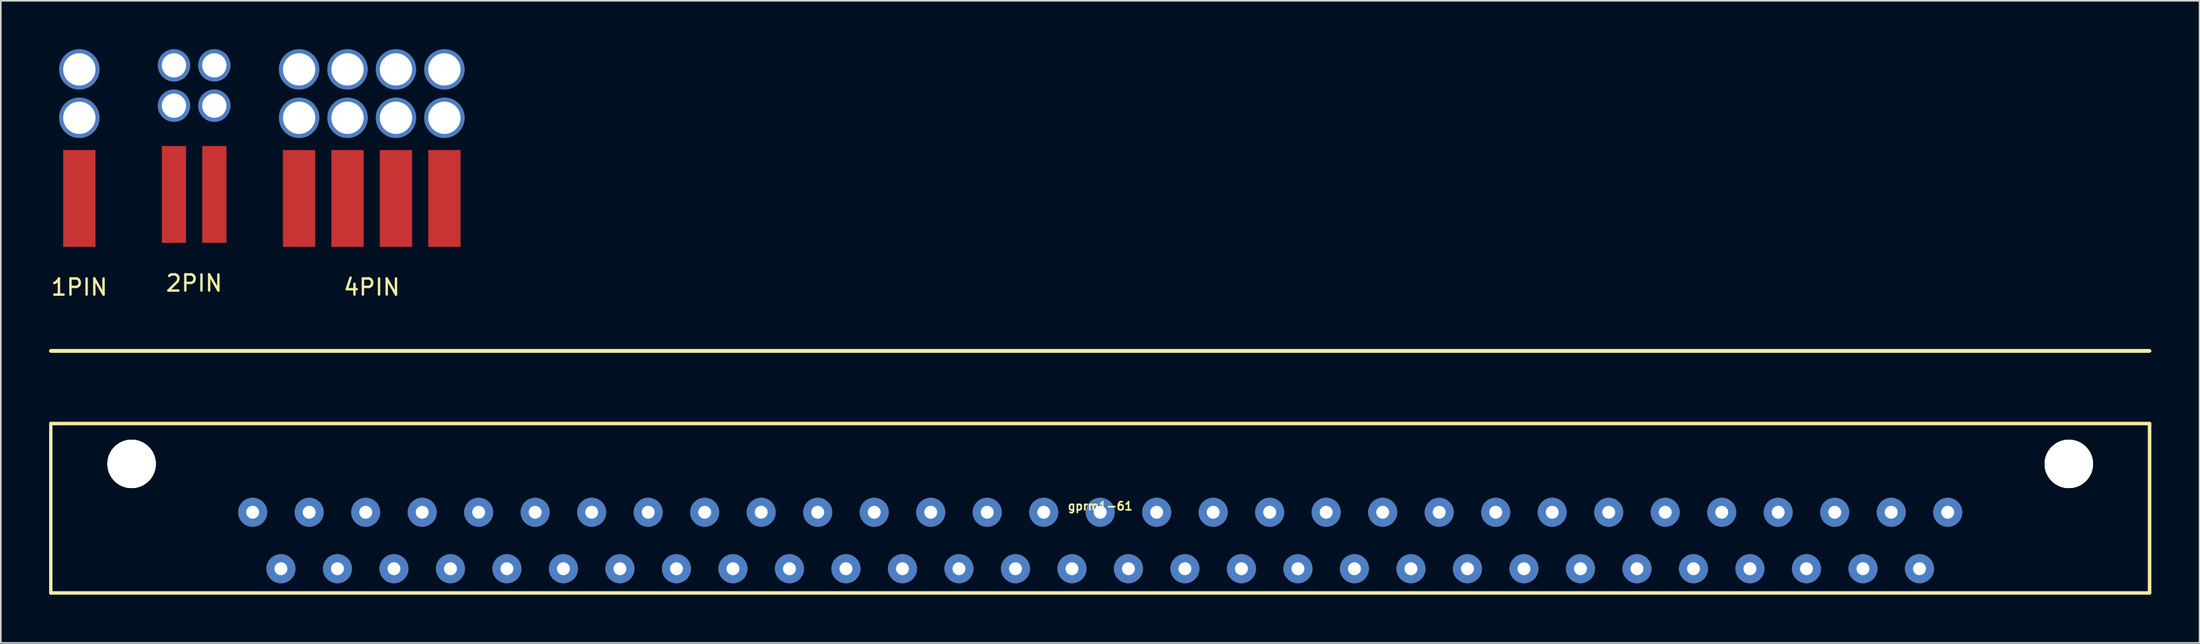
<source format=kicad_pcb>
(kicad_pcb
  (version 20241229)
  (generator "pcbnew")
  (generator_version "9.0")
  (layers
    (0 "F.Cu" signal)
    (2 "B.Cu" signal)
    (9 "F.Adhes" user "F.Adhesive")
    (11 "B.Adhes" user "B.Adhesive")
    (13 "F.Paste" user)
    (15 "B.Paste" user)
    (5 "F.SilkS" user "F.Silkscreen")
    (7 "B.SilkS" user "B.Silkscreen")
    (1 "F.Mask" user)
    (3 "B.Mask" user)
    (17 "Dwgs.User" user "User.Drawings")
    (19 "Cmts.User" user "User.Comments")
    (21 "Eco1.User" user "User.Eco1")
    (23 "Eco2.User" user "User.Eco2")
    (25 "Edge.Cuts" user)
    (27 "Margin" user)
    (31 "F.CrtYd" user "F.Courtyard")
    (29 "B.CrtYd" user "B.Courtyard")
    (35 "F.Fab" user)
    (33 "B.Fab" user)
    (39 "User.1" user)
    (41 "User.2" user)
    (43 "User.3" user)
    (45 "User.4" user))
  (footprint "2PIN"
    (layer "F.Cu")
    (at 8.976 9)
    (property "Reference" "2PIN" (at 0 5.5 0) (layer "F.SilkS") (effects (font (size 1 1) (thickness 0.15))))
    (attr through_hole)
    (pad "" np_thru_hole circle (at -1.25 -8) (size 2 2) (drill 1.5) (layers "*.Cu" "*.Mask"))
    (pad "" np_thru_hole circle (at -1.25 -5.5) (size 2 2) (drill 1.5) (layers "*.Cu" "*.Mask"))
    (pad "" np_thru_hole circle (at 1.25 -8) (size 2 2) (drill 1.5) (layers "*.Cu" "*.Mask"))
    (pad "" np_thru_hole circle (at 1.25 -5.5) (size 2 2) (drill 1.5) (layers "*.Cu" "*.Mask"))
    (pad "1" connect rect (at -1.25 0) (size 1.5 6) (layers "F.Cu" "F.Mask"))
    (pad "2" connect rect (at 1.25 0) (size 1.5 6) (layers "F.Cu" "F.Mask")))
  (footprint "1PIN"
    (layer "F.Cu")
    (at 1.863 9.25)
    (property "Reference" "1PIN" (at 0 5.5 0) (layer "F.SilkS") (effects (font (size 1 1) (thickness 0.15))))
    (attr through_hole)
    (pad "" np_thru_hole circle (at 0 -8) (size 2.5 2.5) (drill 2) (layers "*.Cu" "*.Mask"))
    (pad "" np_thru_hole circle (at 0 -5) (size 2.5 2.5) (drill 2) (layers "*.Cu" "*.Mask"))
    (pad "1" connect rect (at 0 0) (size 2 6) (layers "F.Cu" "F.Mask")))
  (footprint "gprm1-61"
    (layer "F.Cu")
    (at 65.098 28.697)
    (property "Reference" "gprm1-61" (at 0 -0.381 0) (layer "F.SilkS") (effects (font (size 0.508 0.508) (thickness 0.102))))
    (attr smd)
    (fp_line (start -64.999 -10) (end 64.999 -10) (stroke (width 0.198) (type solid)) (layer "F.SilkS"))
    (fp_line (start -64.999 -10) (end 64.999 -10) (stroke (width 0.198) (type solid)) (layer "F.SilkS"))
    (fp_line (start -64.999 -10) (end 64.999 -10) (stroke (width 0.198) (type solid)) (layer "F.SilkS"))
    (fp_line (start -64.999 -10) (end 64.999 -10) (stroke (width 0.198) (type solid)) (layer "F.SilkS"))
    (fp_line (start -64.999 -5.499) (end -64.999 4.999) (stroke (width 0.198) (type solid)) (layer "F.SilkS"))
    (fp_line (start -64.999 -5.499) (end -64.999 4.999) (stroke (width 0.198) (type solid)) (layer "F.SilkS"))
    (fp_line (start 64.999 -5.499) (end -64.999 -5.499) (stroke (width 0.198) (type solid)) (layer "F.SilkS"))
    (fp_line (start 64.999 -5.499) (end -64.999 -5.499) (stroke (width 0.198) (type solid)) (layer "F.SilkS"))
    (fp_line (start 64.999 -5.499) (end 64.999 4.999) (stroke (width 0.198) (type solid)) (layer "F.SilkS"))
    (fp_line (start 64.999 -5.499) (end 64.999 4.999) (stroke (width 0.198) (type solid)) (layer "F.SilkS"))
    (fp_line (start 64.999 4.999) (end -64.999 4.999) (stroke (width 0.198) (type solid)) (layer "F.SilkS"))
    (fp_line (start 64.999 4.999) (end -64.999 4.999) (stroke (width 0.198) (type solid)) (layer "F.SilkS"))
    (pad "1-1" thru_hole oval (at -50.747 3.498) (size 1.801 1.801) (drill 0.8) (layers "*.Cu" "*.Paste" "*.Mask"))
    (pad "1-2" thru_hole oval (at -47.247 3.498) (size 1.798 1.801) (drill 0.8) (layers "*.Cu" "*.Paste" "*.Mask"))
    (pad "1-3" thru_hole oval (at -43.746 3.498) (size 1.798 1.801) (drill 0.8) (layers "*.Cu" "*.Paste" "*.Mask"))
    (pad "1-4" thru_hole oval (at -40.246 3.498) (size 1.798 1.801) (drill 0.8) (layers "*.Cu" "*.Paste" "*.Mask"))
    (pad "1-5" thru_hole oval (at -36.749 3.498) (size 1.798 1.801) (drill 0.798) (layers "*.Cu" "*.Paste" "*.Mask"))
    (pad "1-6" thru_hole oval (at -33.249 3.498) (size 1.798 1.801) (drill 0.8) (layers "*.Cu" "*.Paste" "*.Mask"))
    (pad "1-7" thru_hole oval (at -29.748 3.498) (size 1.798 1.801) (drill 0.8) (layers "*.Cu" "*.Paste" "*.Mask"))
    (pad "1-8" thru_hole oval (at -26.248 3.498) (size 1.798 1.801) (drill 0.8) (layers "*.Cu" "*.Paste" "*.Mask"))
    (pad "1-9" thru_hole oval (at -22.748 3.498) (size 1.801 1.801) (drill 0.8) (layers "*.Cu" "*.Paste" "*.Mask"))
    (pad "1-10" thru_hole oval (at -19.248 3.498) (size 1.801 1.801) (drill 0.8) (layers "*.Cu" "*.Paste" "*.Mask"))
    (pad "1-11" thru_hole oval (at -15.748 3.498) (size 1.801 1.801) (drill 0.8) (layers "*.Cu" "*.Paste" "*.Mask"))
    (pad "1-12" thru_hole oval (at -12.248 3.498) (size 1.801 1.801) (drill 0.8) (layers "*.Cu" "*.Paste" "*.Mask"))
    (pad "1-13" thru_hole oval (at -8.748 3.498) (size 1.801 1.801) (drill 0.8) (layers "*.Cu" "*.Paste" "*.Mask"))
    (pad "1-14" thru_hole oval (at -5.248 3.498) (size 1.801 1.801) (drill 0.8) (layers "*.Cu" "*.Paste" "*.Mask"))
    (pad "1-15" thru_hole oval (at -1.748 3.498) (size 1.801 1.801) (drill 0.8) (layers "*.Cu" "*.Paste" "*.Mask"))
    (pad "1-16" thru_hole oval (at 1.748 3.498) (size 1.801 1.801) (drill 0.8) (layers "*.Cu" "*.Paste" "*.Mask"))
    (pad "1-17" thru_hole oval (at 5.248 3.498) (size 1.801 1.801) (drill 0.8) (layers "*.Cu" "*.Paste" "*.Mask"))
    (pad "1-18" thru_hole oval (at 8.748 3.498) (size 1.801 1.801) (drill 0.8) (layers "*.Cu" "*.Paste" "*.Mask"))
    (pad "1-19" thru_hole oval (at 12.248 3.498) (size 1.801 1.801) (drill 0.8) (layers "*.Cu" "*.Paste" "*.Mask"))
    (pad "1-20" thru_hole oval (at 15.748 3.498) (size 1.801 1.801) (drill 0.8) (layers "*.Cu" "*.Paste" "*.Mask"))
    (pad "1-21" thru_hole oval (at 19.248 3.498) (size 1.801 1.801) (drill 0.8) (layers "*.Cu" "*.Paste" "*.Mask"))
    (pad "1-22" thru_hole oval (at 22.748 3.498) (size 1.801 1.801) (drill 0.8) (layers "*.Cu" "*.Paste" "*.Mask"))
    (pad "1-23" thru_hole oval (at 26.248 3.498) (size 1.798 1.801) (drill 0.8) (layers "*.Cu" "*.Paste" "*.Mask"))
    (pad "1-24" thru_hole oval (at 29.748 3.498) (size 1.798 1.801) (drill 0.8) (layers "*.Cu" "*.Paste" "*.Mask"))
    (pad "1-25" thru_hole oval (at 33.249 3.498) (size 1.798 1.801) (drill 0.8) (layers "*.Cu" "*.Paste" "*.Mask"))
    (pad "1-26" thru_hole oval (at 36.749 3.498) (size 1.798 1.801) (drill 0.798) (layers "*.Cu" "*.Paste" "*.Mask"))
    (pad "1-27" thru_hole oval (at 40.246 3.498) (size 1.798 1.801) (drill 0.8) (layers "*.Cu" "*.Paste" "*.Mask"))
    (pad "1-28" thru_hole oval (at 43.746 3.498) (size 1.798 1.801) (drill 0.8) (layers "*.Cu" "*.Paste" "*.Mask"))
    (pad "1-29" thru_hole oval (at 47.247 3.498) (size 1.798 1.801) (drill 0.8) (layers "*.Cu" "*.Paste" "*.Mask"))
    (pad "1-30" thru_hole oval (at 50.747 3.498) (size 1.801 1.801) (drill 0.8) (layers "*.Cu" "*.Paste" "*.Mask"))
    (pad "2-1" thru_hole oval (at -52.497 0) (size 1.801 1.798) (drill 0.8) (layers "*.Cu" "*.Paste" "*.Mask"))
    (pad "2-2" thru_hole oval (at -48.997 0) (size 1.798 1.798) (drill 0.8) (layers "*.Cu" "*.Paste" "*.Mask"))
    (pad "2-3" thru_hole oval (at -45.496 0) (size 1.798 1.798) (drill 0.8) (layers "*.Cu" "*.Paste" "*.Mask"))
    (pad "2-4" thru_hole oval (at -41.996 0) (size 1.798 1.798) (drill 0.8) (layers "*.Cu" "*.Paste" "*.Mask"))
    (pad "2-5" thru_hole oval (at -38.499 0) (size 1.798 1.798) (drill 0.798) (layers "*.Cu" "*.Paste" "*.Mask"))
    (pad "2-6" thru_hole oval (at -34.999 0) (size 1.798 1.798) (drill 0.8) (layers "*.Cu" "*.Paste" "*.Mask"))
    (pad "2-7" thru_hole oval (at -31.499 0) (size 1.798 1.798) (drill 0.8) (layers "*.Cu" "*.Paste" "*.Mask"))
    (pad "2-8" thru_hole oval (at -27.998 0) (size 1.798 1.798) (drill 0.8) (layers "*.Cu" "*.Paste" "*.Mask"))
    (pad "2-9" thru_hole oval (at -24.498 0) (size 1.801 1.798) (drill 0.8) (layers "*.Cu" "*.Paste" "*.Mask"))
    (pad "2-10" thru_hole oval (at -20.998 0) (size 1.801 1.798) (drill 0.8) (layers "*.Cu" "*.Paste" "*.Mask"))
    (pad "2-11" thru_hole oval (at -17.498 0) (size 1.801 1.798) (drill 0.8) (layers "*.Cu" "*.Paste" "*.Mask"))
    (pad "2-12" thru_hole oval (at -13.998 0) (size 1.801 1.798) (drill 0.8) (layers "*.Cu" "*.Paste" "*.Mask"))
    (pad "2-13" thru_hole oval (at -10.498 0) (size 1.801 1.798) (drill 0.8) (layers "*.Cu" "*.Paste" "*.Mask"))
    (pad "2-14" thru_hole oval (at -6.998 0) (size 1.801 1.798) (drill 0.8) (layers "*.Cu" "*.Paste" "*.Mask"))
    (pad "2-15" thru_hole oval (at -3.498 0) (size 1.801 1.798) (drill 0.8) (layers "*.Cu" "*.Paste" "*.Mask"))
    (pad "2-16" thru_hole oval (at 0 0) (size 1.798 1.798) (drill 0.798) (layers "*.Cu" "*.Paste" "*.Mask"))
    (pad "2-17" thru_hole oval (at 3.498 0) (size 1.801 1.798) (drill 0.8) (layers "*.Cu" "*.Paste" "*.Mask"))
    (pad "2-18" thru_hole oval (at 6.998 0) (size 1.801 1.798) (drill 0.8) (layers "*.Cu" "*.Paste" "*.Mask"))
    (pad "2-19" thru_hole oval (at 10.498 0) (size 1.801 1.798) (drill 0.8) (layers "*.Cu" "*.Paste" "*.Mask"))
    (pad "2-20" thru_hole oval (at 13.998 0) (size 1.801 1.798) (drill 0.8) (layers "*.Cu" "*.Paste" "*.Mask"))
    (pad "2-21" thru_hole oval (at 17.498 0) (size 1.801 1.798) (drill 0.8) (layers "*.Cu" "*.Paste" "*.Mask"))
    (pad "2-22" thru_hole oval (at 20.998 0) (size 1.801 1.798) (drill 0.8) (layers "*.Cu" "*.Paste" "*.Mask"))
    (pad "2-23" thru_hole oval (at 24.498 0) (size 1.801 1.798) (drill 0.8) (layers "*.Cu" "*.Paste" "*.Mask"))
    (pad "2-24" thru_hole oval (at 27.998 0) (size 1.798 1.798) (drill 0.8) (layers "*.Cu" "*.Paste" "*.Mask"))
    (pad "2-25" thru_hole oval (at 31.499 0) (size 1.798 1.798) (drill 0.8) (layers "*.Cu" "*.Paste" "*.Mask"))
    (pad "2-26" thru_hole oval (at 34.999 0) (size 1.798 1.798) (drill 0.8) (layers "*.Cu" "*.Paste" "*.Mask"))
    (pad "2-27" thru_hole oval (at 38.499 0) (size 1.798 1.798) (drill 0.798) (layers "*.Cu" "*.Paste" "*.Mask"))
    (pad "2-28" thru_hole oval (at 41.996 0) (size 1.798 1.798) (drill 0.8) (layers "*.Cu" "*.Paste" "*.Mask"))
    (pad "2-29" thru_hole oval (at 45.496 0) (size 1.798 1.798) (drill 0.8) (layers "*.Cu" "*.Paste" "*.Mask"))
    (pad "2-30" thru_hole oval (at 48.997 0) (size 1.798 1.798) (drill 0.8) (layers "*.Cu" "*.Paste" "*.Mask"))
    (pad "2-31" thru_hole oval (at 52.497 0) (size 1.801 1.798) (drill 0.8) (layers "*.Cu" "*.Paste" "*.Mask"))
    (pad "HOLE" thru_hole circle (at -59.997 -2.997) (size 3 3) (drill 3) (layers "*.Cu" "*.Mask" "F.SilkS"))
    (pad "HOLE" thru_hole circle (at 59.997 -2.997) (size 3 3) (drill 3) (layers "*.Cu" "*.Mask" "F.SilkS")))
  (footprint "4PIN"
    (layer "F.Cu")
    (at 19.976 9.25)
    (property "Reference" "4PIN" (at 0 5.5 0) (layer "F.SilkS") (effects (font (size 1 1) (thickness 0.15))))
    (attr through_hole)
    (pad "" np_thru_hole circle (at -4.5 -8) (size 2.5 2.5) (drill 2) (layers "*.Cu" "*.Mask"))
    (pad "" np_thru_hole circle (at -4.5 -5) (size 2.5 2.5) (drill 2) (layers "*.Cu" "*.Mask"))
    (pad "" np_thru_hole circle (at -1.5 -8) (size 2.5 2.5) (drill 2) (layers "*.Cu" "*.Mask"))
    (pad "" np_thru_hole circle (at -1.5 -5) (size 2.5 2.5) (drill 2) (layers "*.Cu" "*.Mask"))
    (pad "" np_thru_hole circle (at 1.5 -8) (size 2.5 2.5) (drill 2) (layers "*.Cu" "*.Mask"))
    (pad "" np_thru_hole circle (at 1.5 -5) (size 2.5 2.5) (drill 2) (layers "*.Cu" "*.Mask"))
    (pad "" np_thru_hole circle (at 4.5 -8) (size 2.5 2.5) (drill 2) (layers "*.Cu" "*.Mask"))
    (pad "" np_thru_hole circle (at 4.5 -5) (size 2.5 2.5) (drill 2) (layers "*.Cu" "*.Mask"))
    (pad "1" connect rect (at -4.5 0) (size 2 6) (layers "F.Cu" "F.Mask"))
    (pad "2" connect rect (at -1.5 0) (size 2 6) (layers "F.Cu" "F.Mask"))
    (pad "3" connect rect (at 1.5 0) (size 2 6) (layers "F.Cu" "F.Mask"))
    (pad "4" connect rect (at 4.5 0) (size 2 6) (layers "F.Cu" "F.Mask")))
  (gr_rect
    (start -3 -3)
    (end 133.195 36.795)
    (stroke (width 0.1) (type default))
    (fill no)
    (layer "Edge.Cuts")))
</source>
